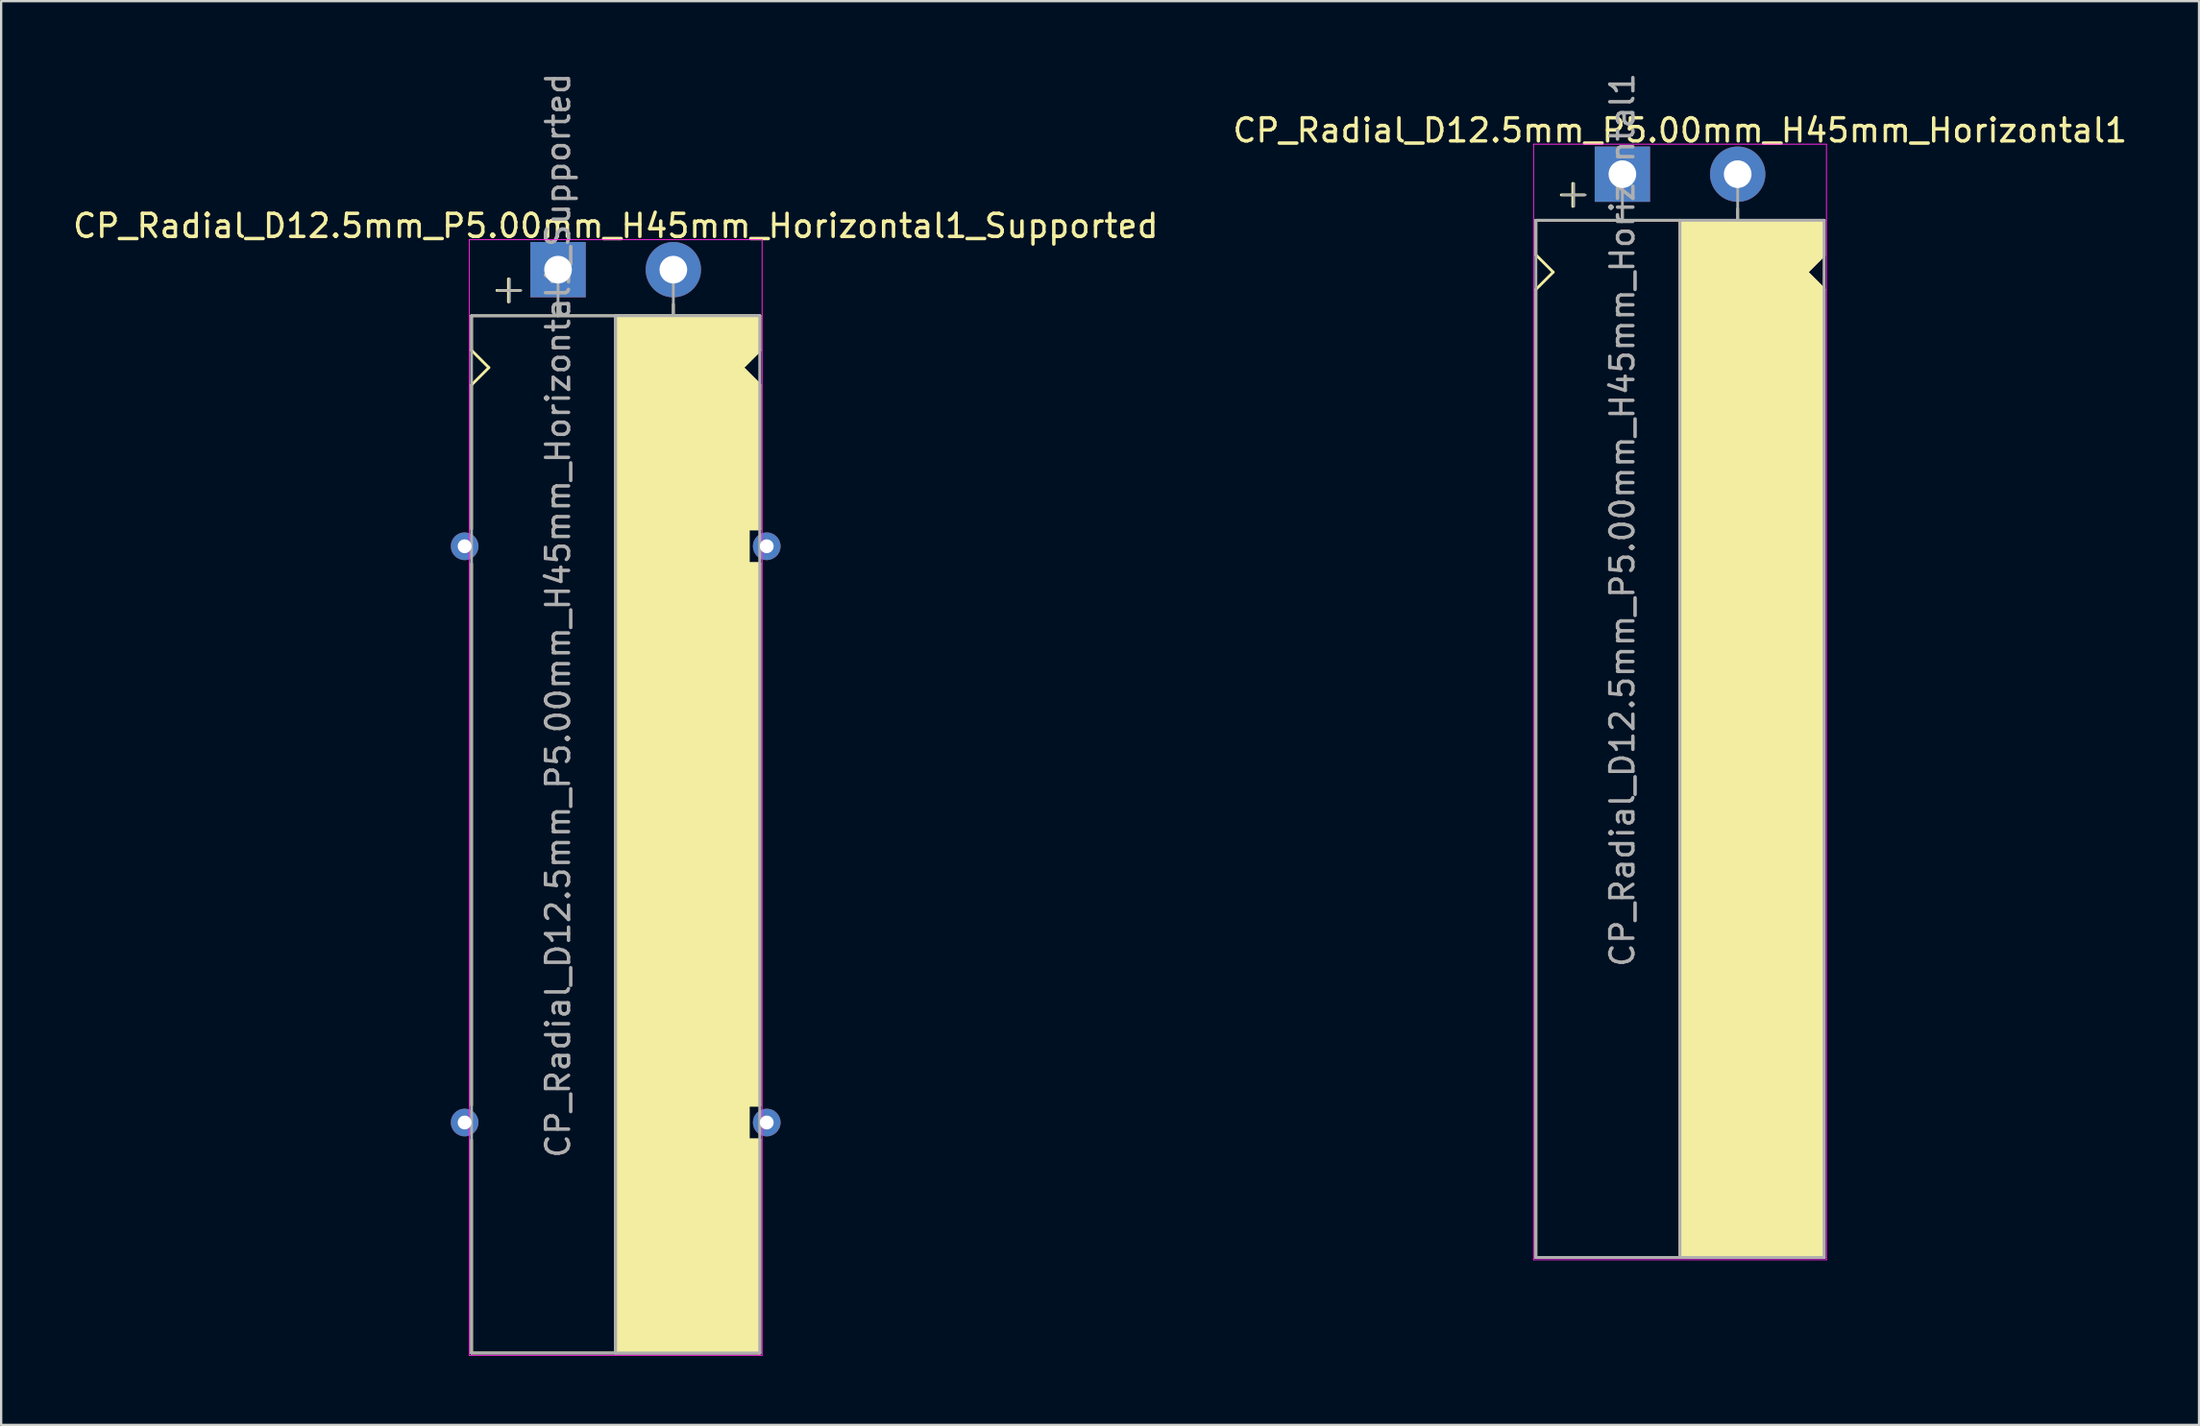
<source format=kicad_pcb>
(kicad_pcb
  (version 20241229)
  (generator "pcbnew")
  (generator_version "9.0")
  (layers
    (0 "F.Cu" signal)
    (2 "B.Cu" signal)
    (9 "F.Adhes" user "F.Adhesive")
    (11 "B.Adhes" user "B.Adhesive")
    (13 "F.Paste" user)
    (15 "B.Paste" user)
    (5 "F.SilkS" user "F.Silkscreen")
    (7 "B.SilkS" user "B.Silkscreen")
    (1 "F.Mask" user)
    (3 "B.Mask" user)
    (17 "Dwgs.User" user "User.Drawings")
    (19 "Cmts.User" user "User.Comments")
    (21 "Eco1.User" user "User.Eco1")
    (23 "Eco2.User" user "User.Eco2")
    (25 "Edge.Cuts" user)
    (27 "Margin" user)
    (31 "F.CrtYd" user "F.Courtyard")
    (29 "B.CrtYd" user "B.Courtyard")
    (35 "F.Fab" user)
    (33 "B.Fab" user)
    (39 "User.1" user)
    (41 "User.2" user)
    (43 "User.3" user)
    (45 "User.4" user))
  (footprint "CP_Radial_D12.5mm_P5.00mm_H45mm_Horizontal1"
    (layer "F.Cu")
    (at 67.304 4.506)
    (property "Reference" "CP_Radial_D12.5mm_P5.00mm_H45mm_Horizontal1" (at 2.5 -1.9 180) (layer "F.SilkS") (effects (font (size 1 1) (thickness 0.15))))
    (attr through_hole)
    (fp_line (start -3.75 2) (end -3.75 3.5) (stroke (width 0.12) (type solid)) (layer "F.SilkS"))
    (fp_line (start -3.75 3.5) (end -3 4.25) (stroke (width 0.12) (type solid)) (layer "F.SilkS"))
    (fp_line (start -3.75 5) (end -3.75 47) (stroke (width 0.12) (type solid)) (layer "F.SilkS"))
    (fp_line (start -3 4.25) (end -3.75 5) (stroke (width 0.12) (type solid)) (layer "F.SilkS"))
    (fp_line (start -2.15 0.4) (end -2.15 1.4) (stroke (width 0.12) (type solid)) (layer "F.SilkS"))
    (fp_line (start -1.65 0.9) (end -2.65 0.9) (stroke (width 0.12) (type solid)) (layer "F.SilkS"))
    (fp_line (start 0 1.5) (end 0 2) (stroke (width 0.12) (type solid)) (layer "F.SilkS"))
    (fp_line (start 2.5 2) (end -3.75 2) (stroke (width 0.12) (type solid)) (layer "F.SilkS"))
    (fp_line (start 2.5 2) (end 2.5 47) (stroke (width 0.12) (type solid)) (layer "F.SilkS"))
    (fp_line (start 2.5 2) (end 8.75 2) (stroke (width 0.12) (type solid)) (layer "F.SilkS"))
    (fp_line (start 5 1.5) (end 5 2) (stroke (width 0.12) (type solid)) (layer "F.SilkS"))
    (fp_line (start 8 4.25) (end 8.75 5) (stroke (width 0.12) (type solid)) (layer "F.SilkS"))
    (fp_line (start 8.75 2) (end 8.75 3.5) (stroke (width 0.12) (type solid)) (layer "F.SilkS"))
    (fp_line (start 8.75 3.5) (end 8 4.25) (stroke (width 0.12) (type solid)) (layer "F.SilkS"))
    (fp_line (start 8.75 5) (end 8.75 47) (stroke (width 0.12) (type solid)) (layer "F.SilkS"))
    (fp_line (start 8.75 47) (end -3.75 47) (stroke (width 0.12) (type solid)) (layer "F.SilkS"))
    (fp_poly (pts (xy 8.75 3.5) (xy 8 4.25) (xy 8.75 5) (xy 8.75 47) (xy 2.5 47) (xy 2.5 2) (xy 8.75 2)) (stroke (width 0.1) (type solid)) (fill yes) (layer "F.SilkS"))
    (fp_line (start -3.85 -1.3) (end 8.85 -1.3) (stroke (width 0.04) (type solid)) (layer "F.CrtYd"))
    (fp_line (start -3.85 47.1) (end -3.85 -1.3) (stroke (width 0.04) (type solid)) (layer "F.CrtYd"))
    (fp_line (start 8.85 -1.3) (end 8.85 47.1) (stroke (width 0.04) (type solid)) (layer "F.CrtYd"))
    (fp_line (start 8.85 47.1) (end -3.85 47.1) (stroke (width 0.04) (type solid)) (layer "F.CrtYd"))
    (fp_line (start -3.75 2) (end -3.75 47) (stroke (width 0.12) (type solid)) (layer "F.Fab"))
    (fp_line (start -3.75 47) (end 8.75 47) (stroke (width 0.12) (type solid)) (layer "F.Fab"))
    (fp_line (start -2.6 0.9) (end -1.6 0.9) (stroke (width 0.1) (type solid)) (layer "F.Fab"))
    (fp_line (start -2.1 1.4) (end -2.1 0.4) (stroke (width 0.1) (type solid)) (layer "F.Fab"))
    (fp_line (start 0 0) (end 0 2) (stroke (width 0.12) (type solid)) (layer "F.Fab"))
    (fp_line (start 0 2) (end -3.75 2) (stroke (width 0.12) (type solid)) (layer "F.Fab"))
    (fp_line (start 2.5 2) (end 2.5 47) (stroke (width 0.12) (type solid)) (layer "F.Fab"))
    (fp_line (start 5 2) (end 5 0) (stroke (width 0.12) (type solid)) (layer "F.Fab"))
    (fp_line (start 8.75 2) (end 0 2) (stroke (width 0.12) (type solid)) (layer "F.Fab"))
    (fp_line (start 8.75 47) (end 8.75 2) (stroke (width 0.12) (type solid)) (layer "F.Fab"))
    (fp_poly (pts (xy 8.75 47) (xy 2.5 47) (xy 2.5 2) (xy 8.75 2)) (stroke (width 0.1) (type solid)) (fill no) (layer "F.Fab"))
    (fp_text user "${REFERENCE}" (at 0 15 90) (layer "F.Fab") (effects (font (size 1 1) (thickness 0.15))))
    (pad "1" thru_hole rect (at 0 0) (size 2.4 2.4) (drill 1.2) (layers "*.Cu" "*.Mask"))
    (pad "2" thru_hole circle (at 5 0) (size 2.4 2.4) (drill 1.2) (layers "*.Cu" "*.Mask")))
  (footprint "CP_Radial_D12.5mm_P5.00mm_H45mm_Horizontal1_Supported"
    (layer "F.Cu")
    (at 21.149 8.649)
    (property "Reference" "CP_Radial_D12.5mm_P5.00mm_H45mm_Horizontal1_Supported" (at 2.5 -1.9 180) (layer "F.SilkS") (effects (font (size 1 1) (thickness 0.15))))
    (attr through_hole)
    (fp_line (start -3.75 2) (end -3.75 3.5) (stroke (width 0.12) (type solid)) (layer "F.SilkS"))
    (fp_line (start -3.75 3.5) (end -3 4.25) (stroke (width 0.12) (type solid)) (layer "F.SilkS"))
    (fp_line (start -3.75 5) (end -3.75 11.25) (stroke (width 0.12) (type solid)) (layer "F.SilkS"))
    (fp_line (start -3.75 12.75) (end -3.75 36.25) (stroke (width 0.12) (type solid)) (layer "F.SilkS"))
    (fp_line (start -3.75 47) (end -3.75 37.75) (stroke (width 0.12) (type solid)) (layer "F.SilkS"))
    (fp_line (start -3 4.25) (end -3.75 5) (stroke (width 0.12) (type solid)) (layer "F.SilkS"))
    (fp_line (start -2.15 0.4) (end -2.15 1.4) (stroke (width 0.12) (type solid)) (layer "F.SilkS"))
    (fp_line (start -1.65 0.9) (end -2.65 0.9) (stroke (width 0.12) (type solid)) (layer "F.SilkS"))
    (fp_line (start 0 1.5) (end 0 2) (stroke (width 0.12) (type solid)) (layer "F.SilkS"))
    (fp_line (start 2.5 2) (end -3.75 2) (stroke (width 0.12) (type solid)) (layer "F.SilkS"))
    (fp_line (start 2.5 2) (end 2.5 47) (stroke (width 0.12) (type solid)) (layer "F.SilkS"))
    (fp_line (start 2.5 2) (end 8.75 2) (stroke (width 0.12) (type solid)) (layer "F.SilkS"))
    (fp_line (start 5 1.5) (end 5 2) (stroke (width 0.12) (type solid)) (layer "F.SilkS"))
    (fp_line (start 8 4.25) (end 8.75 5) (stroke (width 0.12) (type solid)) (layer "F.SilkS"))
    (fp_line (start 8.25 11.25) (end 8.75 11.25) (stroke (width 0.12) (type solid)) (layer "F.SilkS"))
    (fp_line (start 8.25 12.75) (end 8.25 11.25) (stroke (width 0.12) (type solid)) (layer "F.SilkS"))
    (fp_line (start 8.25 36.25) (end 8.75 36.25) (stroke (width 0.12) (type solid)) (layer "F.SilkS"))
    (fp_line (start 8.25 37.75) (end 8.25 36.25) (stroke (width 0.12) (type solid)) (layer "F.SilkS"))
    (fp_line (start 8.75 2) (end 8.75 3.5) (stroke (width 0.12) (type solid)) (layer "F.SilkS"))
    (fp_line (start 8.75 3.5) (end 8 4.25) (stroke (width 0.12) (type solid)) (layer "F.SilkS"))
    (fp_line (start 8.75 5) (end 8.75 11.25) (stroke (width 0.12) (type solid)) (layer "F.SilkS"))
    (fp_line (start 8.75 12.75) (end 8.25 12.75) (stroke (width 0.12) (type solid)) (layer "F.SilkS"))
    (fp_line (start 8.75 12.75) (end 8.75 36.25) (stroke (width 0.12) (type solid)) (layer "F.SilkS"))
    (fp_line (start 8.75 37.75) (end 8.25 37.75) (stroke (width 0.12) (type solid)) (layer "F.SilkS"))
    (fp_line (start 8.75 47) (end -3.75 47) (stroke (width 0.12) (type solid)) (layer "F.SilkS"))
    (fp_line (start 8.75 47) (end 8.75 37.75) (stroke (width 0.12) (type solid)) (layer "F.SilkS"))
    (fp_poly (pts (xy 8.75 3.5) (xy 8 4.25) (xy 8.75 5) (xy 8.75 11.25) (xy 8.25 11.25) (xy 8.25 12.75) (xy 8.75 12.75) (xy 8.75 36.25) (xy 8.25 36.25) (xy 8.25 37.75) (xy 8.75 37.75) (xy 8.75 47) (xy 2.5 47) (xy 2.5 2) (xy 8.75 2)) (stroke (width 0.1) (type solid)) (fill yes) (layer "F.SilkS"))
    (fp_line (start -3.85 -1.3) (end 8.85 -1.3) (stroke (width 0.04) (type solid)) (layer "F.CrtYd"))
    (fp_line (start -3.85 47.1) (end -3.85 -1.3) (stroke (width 0.04) (type solid)) (layer "F.CrtYd"))
    (fp_line (start 8.85 -1.3) (end 8.85 47.1) (stroke (width 0.04) (type solid)) (layer "F.CrtYd"))
    (fp_line (start 8.85 47.1) (end -3.85 47.1) (stroke (width 0.04) (type solid)) (layer "F.CrtYd"))
    (fp_line (start -3.75 2) (end -3.75 47) (stroke (width 0.12) (type solid)) (layer "F.Fab"))
    (fp_line (start -3.75 47) (end 8.75 47) (stroke (width 0.12) (type solid)) (layer "F.Fab"))
    (fp_line (start -2.6 0.9) (end -1.6 0.9) (stroke (width 0.1) (type solid)) (layer "F.Fab"))
    (fp_line (start -2.1 1.4) (end -2.1 0.4) (stroke (width 0.1) (type solid)) (layer "F.Fab"))
    (fp_line (start 0 0) (end 0 2) (stroke (width 0.12) (type solid)) (layer "F.Fab"))
    (fp_line (start 0 2) (end -3.75 2) (stroke (width 0.12) (type solid)) (layer "F.Fab"))
    (fp_line (start 2.5 2) (end 2.5 47) (stroke (width 0.12) (type solid)) (layer "F.Fab"))
    (fp_line (start 5 2) (end 5 0) (stroke (width 0.12) (type solid)) (layer "F.Fab"))
    (fp_line (start 8.75 2) (end 0 2) (stroke (width 0.12) (type solid)) (layer "F.Fab"))
    (fp_line (start 8.75 47) (end 8.75 2) (stroke (width 0.12) (type solid)) (layer "F.Fab"))
    (fp_poly (pts (xy 8.75 47) (xy 2.5 47) (xy 2.5 2) (xy 8.75 2)) (stroke (width 0.1) (type solid)) (fill no) (layer "F.Fab"))
    (fp_text user "${REFERENCE}" (at 0 15 90) (layer "F.Fab") (effects (font (size 1 1) (thickness 0.15))))
    (pad "" thru_hole circle (at -4.05 12) (size 1.2 1.2) (drill 0.6) (layers "*.Cu" "*.Mask"))
    (pad "" thru_hole circle (at -4.05 37) (size 1.2 1.2) (drill 0.6) (layers "*.Cu" "*.Mask"))
    (pad "" thru_hole circle (at 9.05 12) (size 1.2 1.2) (drill 0.6) (layers "*.Cu" "*.Mask"))
    (pad "" thru_hole circle (at 9.05 37) (size 1.2 1.2) (drill 0.6) (layers "*.Cu" "*.Mask"))
    (pad "1" thru_hole rect (at 0 0) (size 2.4 2.4) (drill 1.2) (layers "*.Cu" "*.Mask"))
    (pad "2" thru_hole circle (at 5 0) (size 2.4 2.4) (drill 1.2) (layers "*.Cu" "*.Mask")))
  (gr_rect
    (start -3 -3)
    (end 92.31 58.769)
    (stroke (width 0.1) (type default))
    (fill no)
    (layer "Edge.Cuts")))
</source>
